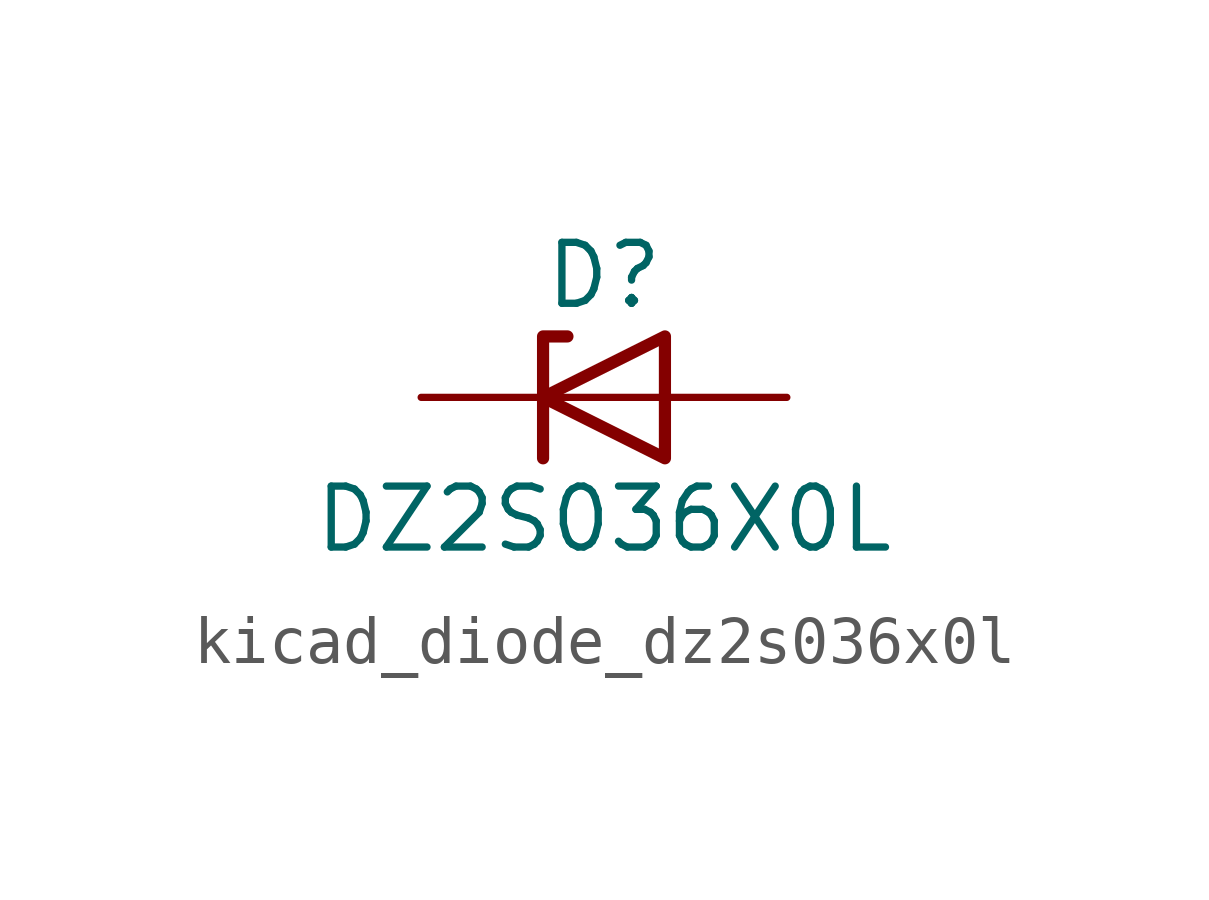
<source format=kicad_sym>
(kicad_symbol_lib
  (version 20220914)
  (generator kicad_symbol_editor)
  (symbol "kicad_diode_dz2s036x0l"
    (pin_numbers hide)
    (pin_names hide)
    (property "Reference" "D"
      (at 0 2.54 0)
      (effects (font (size 1.27 1.27))))
    (property "Value" "DZ2S036X0L"
      (at 0 -2.54 0)
      (effects (font (size 1.27 1.27))))
    (symbol "kicad_diode_dz2s036x0l_0_1"
      (polyline (pts (xy 1.27 0) (xy -1.27 0)) (stroke (width 0) (type default)) (fill (type none)))
      (polyline (pts (xy -1.27 -1.27) (xy -1.27 1.27) (xy -0.762 1.27)) (stroke (width 0.254) (type default)) (fill (type none)))
      (polyline (pts (xy 1.27 -1.27) (xy 1.27 1.27) (xy -1.27 0) (xy 1.27 -1.27)) (stroke (width 0.254) (type default)) (fill (type none))))
    (symbol "kicad_diode_dz2s036x0l_1_1"
      (pin passive line (at -3.81 0 0) (length 2.54) (name "K" (effects (font (size 1.27 1.27)))) (number "1" (effects (font (size 1.27 1.27)))))
      (pin passive line (at 3.81 0 180) (length 2.54) (name "A" (effects (font (size 1.27 1.27)))) (number "2" (effects (font (size 1.27 1.27))))))))
</source>
